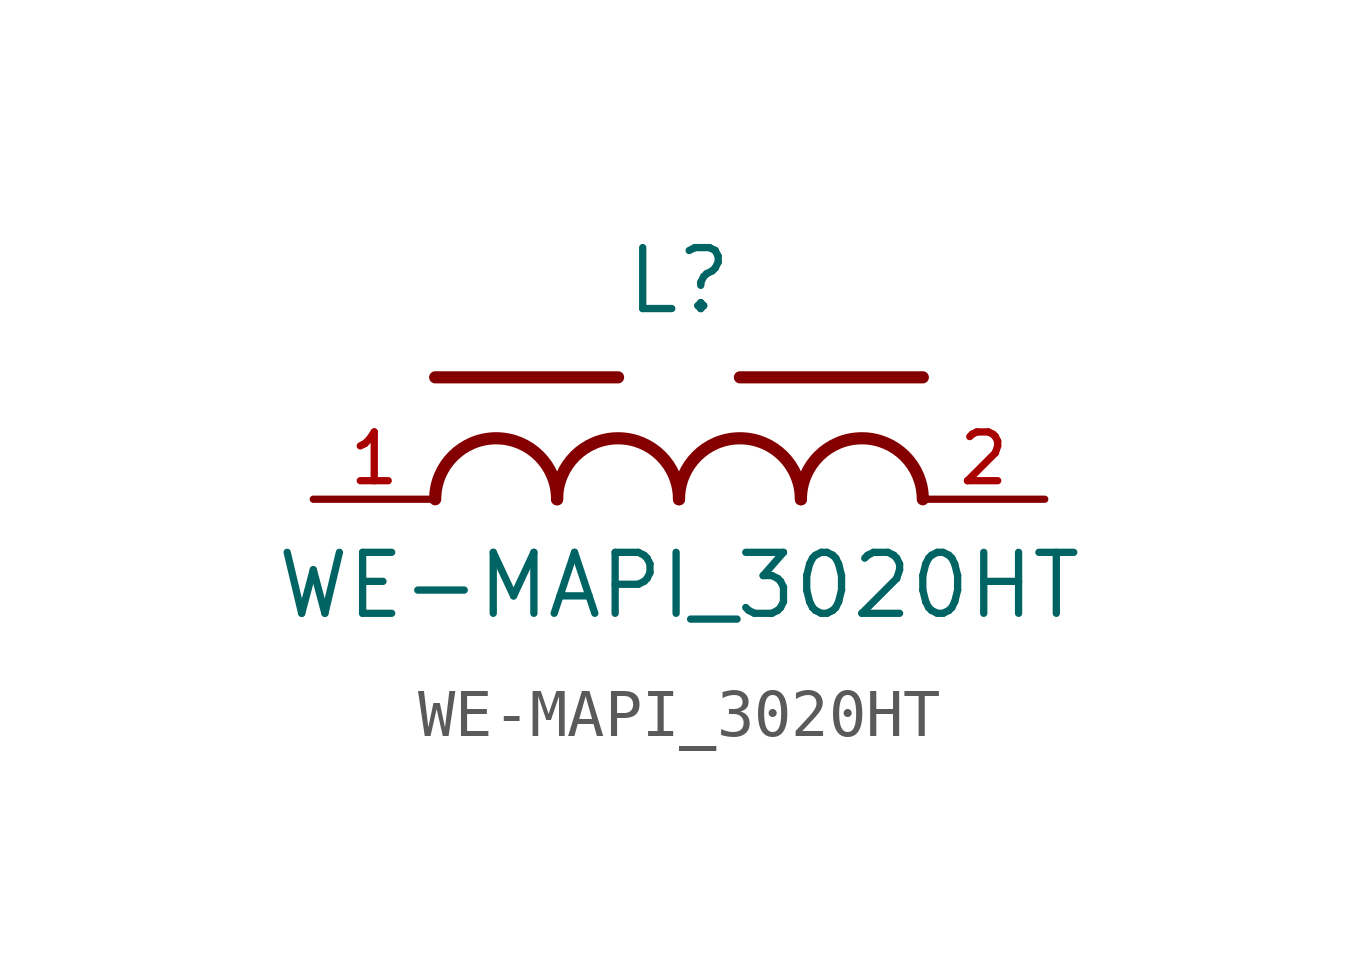
<source format=kicad_sym>
(kicad_symbol_lib
  (version 20211014)
  (generator kicad_symbol_editor)
  (symbol "WE-MAPI_3020HT"
    (pin_names
      (offset 1.016))
    (property "Reference" "L"
      (at 0.0 3.81 0)
      (effects (font (size 1.27 1.27)) (justify bottom)))
    (property "Value" "WE-MAPI_3020HT"
      (at 0.0 -2.54 0)
      (effects (font (size 1.27 1.27)) (justify bottom)))
    (symbol "WE-MAPI_3020HT_0_0"
      (arc (start -2.54 0.0) (mid -3.81 1.27) (end -5.08 0.0) (stroke (width 0.254) (type default) (color 0 0 0 0)) (fill (type none)))
      (arc (start 0.0 0.0) (mid -1.27 1.27) (end -2.54 0.0) (stroke (width 0.254) (type default) (color 0 0 0 0)) (fill (type none)))
      (arc (start 2.54 0.0) (mid 1.27 1.27) (end 0.0 0.0) (stroke (width 0.254) (type default) (color 0 0 0 0)) (fill (type none)))
      (arc (start 5.08 0.0) (mid 3.81 1.27) (end 2.54 0.0) (stroke (width 0.254) (type default) (color 0 0 0 0)) (fill (type none)))
      (polyline (pts (xy -5.08 2.54) (xy -1.27 2.54)) (stroke (width 0.254)))
      (polyline (pts (xy 1.27 2.54) (xy 5.08 2.54)) (stroke (width 0.254)))
      (pin passive line (at -7.62 0.0 0) (length 2.54) (name "~" (effects (font (size 1.016 1.016)))) (number "1" (effects (font (size 1.016 1.016)))))
      (pin passive line (at 7.62 0.0 180.0) (length 2.54) (name "~" (effects (font (size 1.016 1.016)))) (number "2" (effects (font (size 1.016 1.016))))))))
</source>
